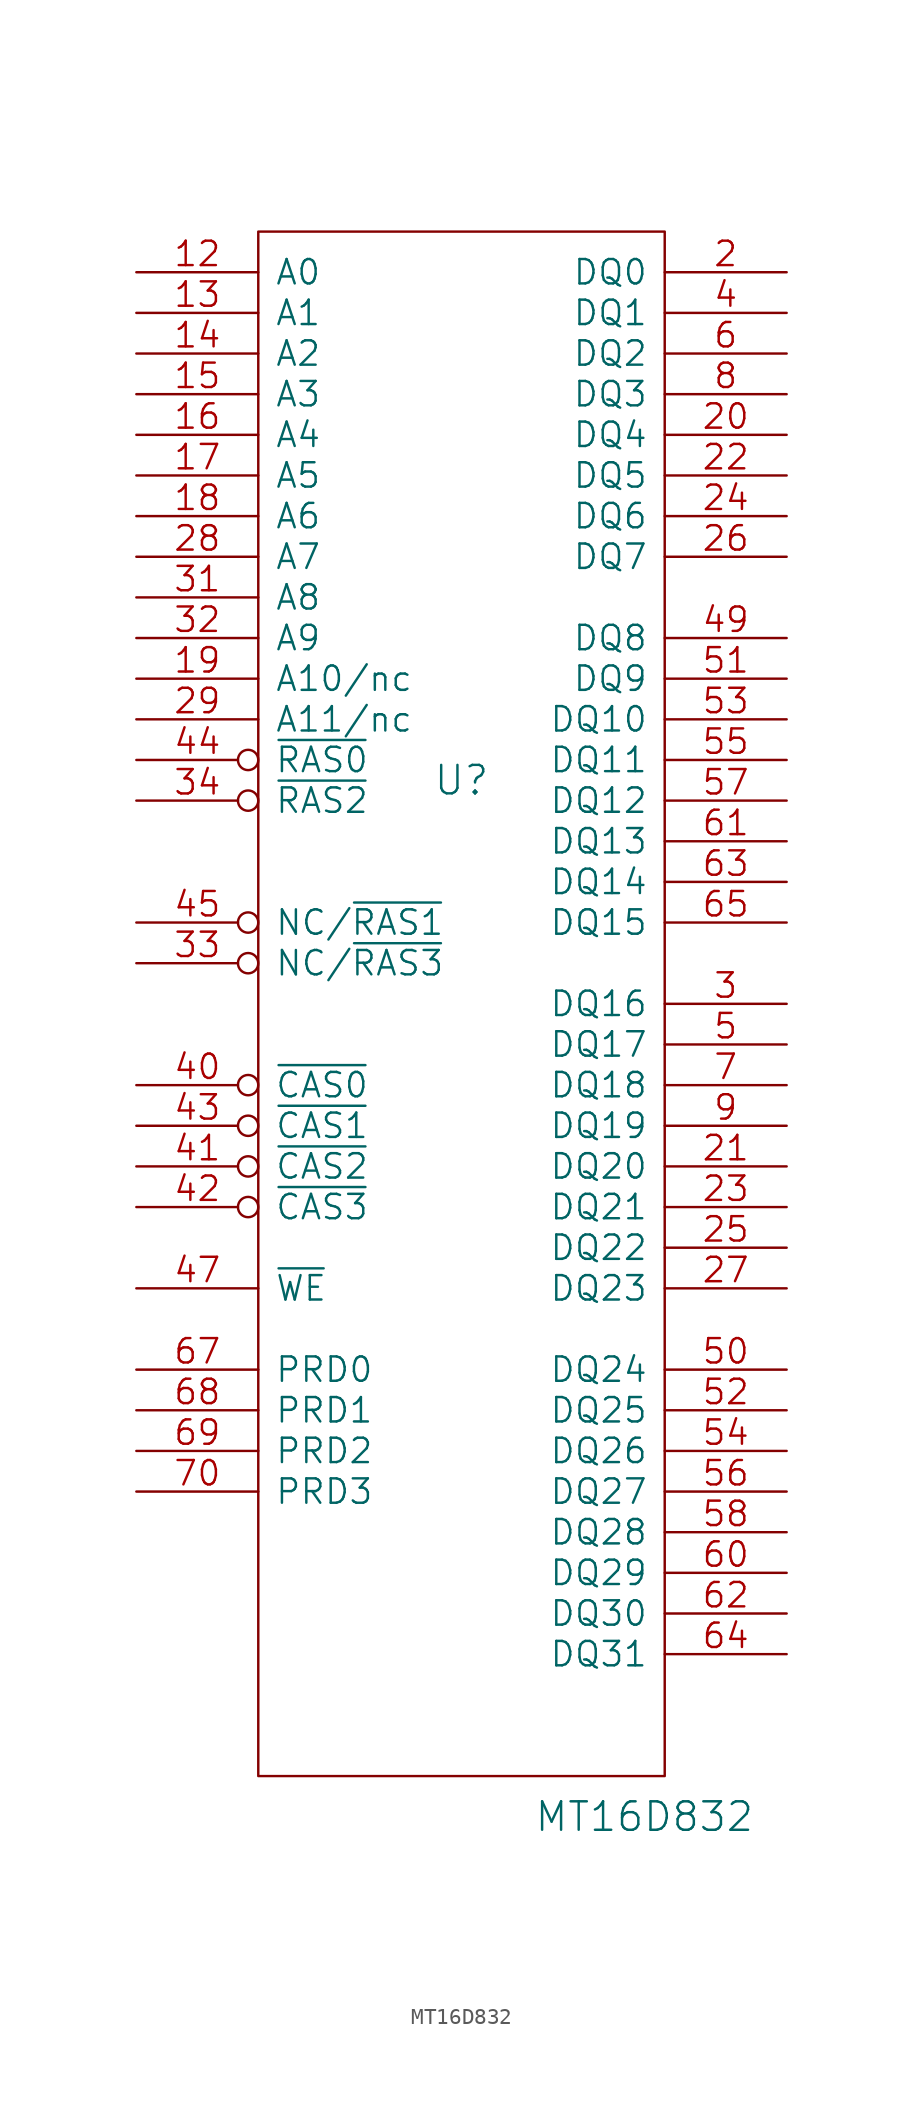
<source format=kicad_sym>
(kicad_symbol_lib
  (version 20211014)
  (generator kicad_symbol_editor)
  (symbol "MT16D832"
    (pin_names
      (offset 1.016))
    (property "Reference" "U"
      (at 0 13.97 0)
      (effects (font (size 1.778 1.778))))
    (property "Value" "MT16D832"
      (at 11.43 -50.8 0)
      (effects (font (size 1.778 1.778))))
    (property "Footprint" ""
      (at 0 0 0)
      (effects (font (size 1.524 1.524))))
    (property "Datasheet" ""
      (at 0 0 0)
      (effects (font (size 1.524 1.524))))
    (symbol "MT16D832_0_1"
      (rectangle (start -12.7 -48.26) (end 12.7 48.26) (stroke (width 0) (type default) (color 0 0 0 0)) (fill (type none))))
    (symbol "MT16D832_1_1"
      (pin power_in line (at -2.54 -48.26 90) (length 0) hide (name "GND" (effects (font (size 1.524 1.524)))) (number "1" (effects (font (size 1.524 1.524)))))
      (pin power_in line (at -2.54 48.26 270) (length 0) hide (name "VCC" (effects (font (size 1.524 1.524)))) (number "10" (effects (font (size 1.524 1.524)))))
      (pin input line (at -20.32 45.72 0) (length 7.62) (name "A0" (effects (font (size 1.524 1.524)))) (number "12" (effects (font (size 1.524 1.524)))))
      (pin input line (at -20.32 43.18 0) (length 7.62) (name "A1" (effects (font (size 1.524 1.524)))) (number "13" (effects (font (size 1.524 1.524)))))
      (pin input line (at -20.32 40.64 0) (length 7.62) (name "A2" (effects (font (size 1.524 1.524)))) (number "14" (effects (font (size 1.524 1.524)))))
      (pin input line (at -20.32 38.1 0) (length 7.62) (name "A3" (effects (font (size 1.524 1.524)))) (number "15" (effects (font (size 1.524 1.524)))))
      (pin input line (at -20.32 35.56 0) (length 7.62) (name "A4" (effects (font (size 1.524 1.524)))) (number "16" (effects (font (size 1.524 1.524)))))
      (pin input line (at -20.32 33.02 0) (length 7.62) (name "A5" (effects (font (size 1.524 1.524)))) (number "17" (effects (font (size 1.524 1.524)))))
      (pin input line (at -20.32 30.48 0) (length 7.62) (name "A6" (effects (font (size 1.524 1.524)))) (number "18" (effects (font (size 1.524 1.524)))))
      (pin input line (at -20.32 20.32 0) (length 7.62) (name "A10/nc" (effects (font (size 1.524 1.524)))) (number "19" (effects (font (size 1.524 1.524)))))
      (pin tri_state line (at 20.32 45.72 180) (length 7.62) (name "DQ0" (effects (font (size 1.524 1.524)))) (number "2" (effects (font (size 1.524 1.524)))))
      (pin tri_state line (at 20.32 35.56 180) (length 7.62) (name "DQ4" (effects (font (size 1.524 1.524)))) (number "20" (effects (font (size 1.524 1.524)))))
      (pin tri_state line (at 20.32 -10.16 180) (length 7.62) (name "DQ20" (effects (font (size 1.524 1.524)))) (number "21" (effects (font (size 1.524 1.524)))))
      (pin tri_state line (at 20.32 33.02 180) (length 7.62) (name "DQ5" (effects (font (size 1.524 1.524)))) (number "22" (effects (font (size 1.524 1.524)))))
      (pin tri_state line (at 20.32 -12.7 180) (length 7.62) (name "DQ21" (effects (font (size 1.524 1.524)))) (number "23" (effects (font (size 1.524 1.524)))))
      (pin tri_state line (at 20.32 30.48 180) (length 7.62) (name "DQ6" (effects (font (size 1.524 1.524)))) (number "24" (effects (font (size 1.524 1.524)))))
      (pin tri_state line (at 20.32 -15.24 180) (length 7.62) (name "DQ22" (effects (font (size 1.524 1.524)))) (number "25" (effects (font (size 1.524 1.524)))))
      (pin tri_state line (at 20.32 27.94 180) (length 7.62) (name "DQ7" (effects (font (size 1.524 1.524)))) (number "26" (effects (font (size 1.524 1.524)))))
      (pin tri_state line (at 20.32 -17.78 180) (length 7.62) (name "DQ23" (effects (font (size 1.524 1.524)))) (number "27" (effects (font (size 1.524 1.524)))))
      (pin input line (at -20.32 27.94 0) (length 7.62) (name "A7" (effects (font (size 1.524 1.524)))) (number "28" (effects (font (size 1.524 1.524)))))
      (pin input line (at -20.32 17.78 0) (length 7.62) (name "A11/nc" (effects (font (size 1.524 1.524)))) (number "29" (effects (font (size 1.524 1.524)))))
      (pin tri_state line (at 20.32 0 180) (length 7.62) (name "DQ16" (effects (font (size 1.524 1.524)))) (number "3" (effects (font (size 1.524 1.524)))))
      (pin power_in line (at 0 48.26 270) (length 0) hide (name "VCC" (effects (font (size 1.524 1.524)))) (number "30" (effects (font (size 1.524 1.524)))))
      (pin input line (at -20.32 25.4 0) (length 7.62) (name "A8" (effects (font (size 1.524 1.524)))) (number "31" (effects (font (size 1.524 1.524)))))
      (pin input line (at -20.32 22.86 0) (length 7.62) (name "A9" (effects (font (size 1.524 1.524)))) (number "32" (effects (font (size 1.524 1.524)))))
      (pin input inverted (at -20.32 2.54 0) (length 7.62) (name "NC/~{RAS3}" (effects (font (size 1.524 1.524)))) (number "33" (effects (font (size 1.524 1.524)))))
      (pin input inverted (at -20.32 12.7 0) (length 7.62) (name "~{RAS2}" (effects (font (size 1.524 1.524)))) (number "34" (effects (font (size 1.524 1.524)))))
      (pin power_in line (at 0 -48.26 90) (length 0) hide (name "GND" (effects (font (size 1.524 1.524)))) (number "39" (effects (font (size 1.524 1.524)))))
      (pin tri_state line (at 20.32 43.18 180) (length 7.62) (name "DQ1" (effects (font (size 1.524 1.524)))) (number "4" (effects (font (size 1.524 1.524)))))
      (pin input inverted (at -20.32 -5.08 0) (length 7.62) (name "~{CAS0}" (effects (font (size 1.524 1.524)))) (number "40" (effects (font (size 1.524 1.524)))))
      (pin input inverted (at -20.32 -10.16 0) (length 7.62) (name "~{CAS2}" (effects (font (size 1.524 1.524)))) (number "41" (effects (font (size 1.524 1.524)))))
      (pin input inverted (at -20.32 -12.7 0) (length 7.62) (name "~{CAS3}" (effects (font (size 1.524 1.524)))) (number "42" (effects (font (size 1.524 1.524)))))
      (pin input inverted (at -20.32 -7.62 0) (length 7.62) (name "~{CAS1}" (effects (font (size 1.524 1.524)))) (number "43" (effects (font (size 1.524 1.524)))))
      (pin input inverted (at -20.32 15.24 0) (length 7.62) (name "~{RAS0}" (effects (font (size 1.524 1.524)))) (number "44" (effects (font (size 1.524 1.524)))))
      (pin input inverted (at -20.32 5.08 0) (length 7.62) (name "NC/~{RAS1}" (effects (font (size 1.524 1.524)))) (number "45" (effects (font (size 1.524 1.524)))))
      (pin input line (at -20.32 -17.78 0) (length 7.62) (name "~{WE}" (effects (font (size 1.524 1.524)))) (number "47" (effects (font (size 1.524 1.524)))))
      (pin tri_state line (at 20.32 22.86 180) (length 7.62) (name "DQ8" (effects (font (size 1.524 1.524)))) (number "49" (effects (font (size 1.524 1.524)))))
      (pin tri_state line (at 20.32 -2.54 180) (length 7.62) (name "DQ17" (effects (font (size 1.524 1.524)))) (number "5" (effects (font (size 1.524 1.524)))))
      (pin tri_state line (at 20.32 -22.86 180) (length 7.62) (name "DQ24" (effects (font (size 1.524 1.524)))) (number "50" (effects (font (size 1.524 1.524)))))
      (pin tri_state line (at 20.32 20.32 180) (length 7.62) (name "DQ9" (effects (font (size 1.524 1.524)))) (number "51" (effects (font (size 1.524 1.524)))))
      (pin tri_state line (at 20.32 -25.4 180) (length 7.62) (name "DQ25" (effects (font (size 1.524 1.524)))) (number "52" (effects (font (size 1.524 1.524)))))
      (pin tri_state line (at 20.32 17.78 180) (length 7.62) (name "DQ10" (effects (font (size 1.524 1.524)))) (number "53" (effects (font (size 1.524 1.524)))))
      (pin tri_state line (at 20.32 -27.94 180) (length 7.62) (name "DQ26" (effects (font (size 1.524 1.524)))) (number "54" (effects (font (size 1.524 1.524)))))
      (pin tri_state line (at 20.32 15.24 180) (length 7.62) (name "DQ11" (effects (font (size 1.524 1.524)))) (number "55" (effects (font (size 1.524 1.524)))))
      (pin tri_state line (at 20.32 -30.48 180) (length 7.62) (name "DQ27" (effects (font (size 1.524 1.524)))) (number "56" (effects (font (size 1.524 1.524)))))
      (pin tri_state line (at 20.32 12.7 180) (length 7.62) (name "DQ12" (effects (font (size 1.524 1.524)))) (number "57" (effects (font (size 1.524 1.524)))))
      (pin tri_state line (at 20.32 -33.02 180) (length 7.62) (name "DQ28" (effects (font (size 1.524 1.524)))) (number "58" (effects (font (size 1.524 1.524)))))
      (pin power_in line (at 2.54 48.26 270) (length 0) hide (name "VCC" (effects (font (size 1.524 1.524)))) (number "59" (effects (font (size 1.524 1.524)))))
      (pin tri_state line (at 20.32 40.64 180) (length 7.62) (name "DQ2" (effects (font (size 1.524 1.524)))) (number "6" (effects (font (size 1.524 1.524)))))
      (pin tri_state line (at 20.32 -35.56 180) (length 7.62) (name "DQ29" (effects (font (size 1.524 1.524)))) (number "60" (effects (font (size 1.524 1.524)))))
      (pin tri_state line (at 20.32 10.16 180) (length 7.62) (name "DQ13" (effects (font (size 1.524 1.524)))) (number "61" (effects (font (size 1.524 1.524)))))
      (pin tri_state line (at 20.32 -38.1 180) (length 7.62) (name "DQ30" (effects (font (size 1.524 1.524)))) (number "62" (effects (font (size 1.524 1.524)))))
      (pin tri_state line (at 20.32 7.62 180) (length 7.62) (name "DQ14" (effects (font (size 1.524 1.524)))) (number "63" (effects (font (size 1.524 1.524)))))
      (pin tri_state line (at 20.32 -40.64 180) (length 7.62) (name "DQ31" (effects (font (size 1.524 1.524)))) (number "64" (effects (font (size 1.524 1.524)))))
      (pin tri_state line (at 20.32 5.08 180) (length 7.62) (name "DQ15" (effects (font (size 1.524 1.524)))) (number "65" (effects (font (size 1.524 1.524)))))
      (pin input line (at -20.32 -22.86 0) (length 7.62) (name "PRD0" (effects (font (size 1.524 1.524)))) (number "67" (effects (font (size 1.524 1.524)))))
      (pin input line (at -20.32 -25.4 0) (length 7.62) (name "PRD1" (effects (font (size 1.524 1.524)))) (number "68" (effects (font (size 1.524 1.524)))))
      (pin input line (at -20.32 -27.94 0) (length 7.62) (name "PRD2" (effects (font (size 1.524 1.524)))) (number "69" (effects (font (size 1.524 1.524)))))
      (pin tri_state line (at 20.32 -5.08 180) (length 7.62) (name "DQ18" (effects (font (size 1.524 1.524)))) (number "7" (effects (font (size 1.524 1.524)))))
      (pin input line (at -20.32 -30.48 0) (length 7.62) (name "PRD3" (effects (font (size 1.524 1.524)))) (number "70" (effects (font (size 1.524 1.524)))))
      (pin power_in line (at 2.54 -48.26 90) (length 0) hide (name "GND" (effects (font (size 1.524 1.524)))) (number "72" (effects (font (size 1.524 1.524)))))
      (pin tri_state line (at 20.32 38.1 180) (length 7.62) (name "DQ3" (effects (font (size 1.524 1.524)))) (number "8" (effects (font (size 1.524 1.524)))))
      (pin tri_state line (at 20.32 -7.62 180) (length 7.62) (name "DQ19" (effects (font (size 1.524 1.524)))) (number "9" (effects (font (size 1.524 1.524))))))))
</source>
